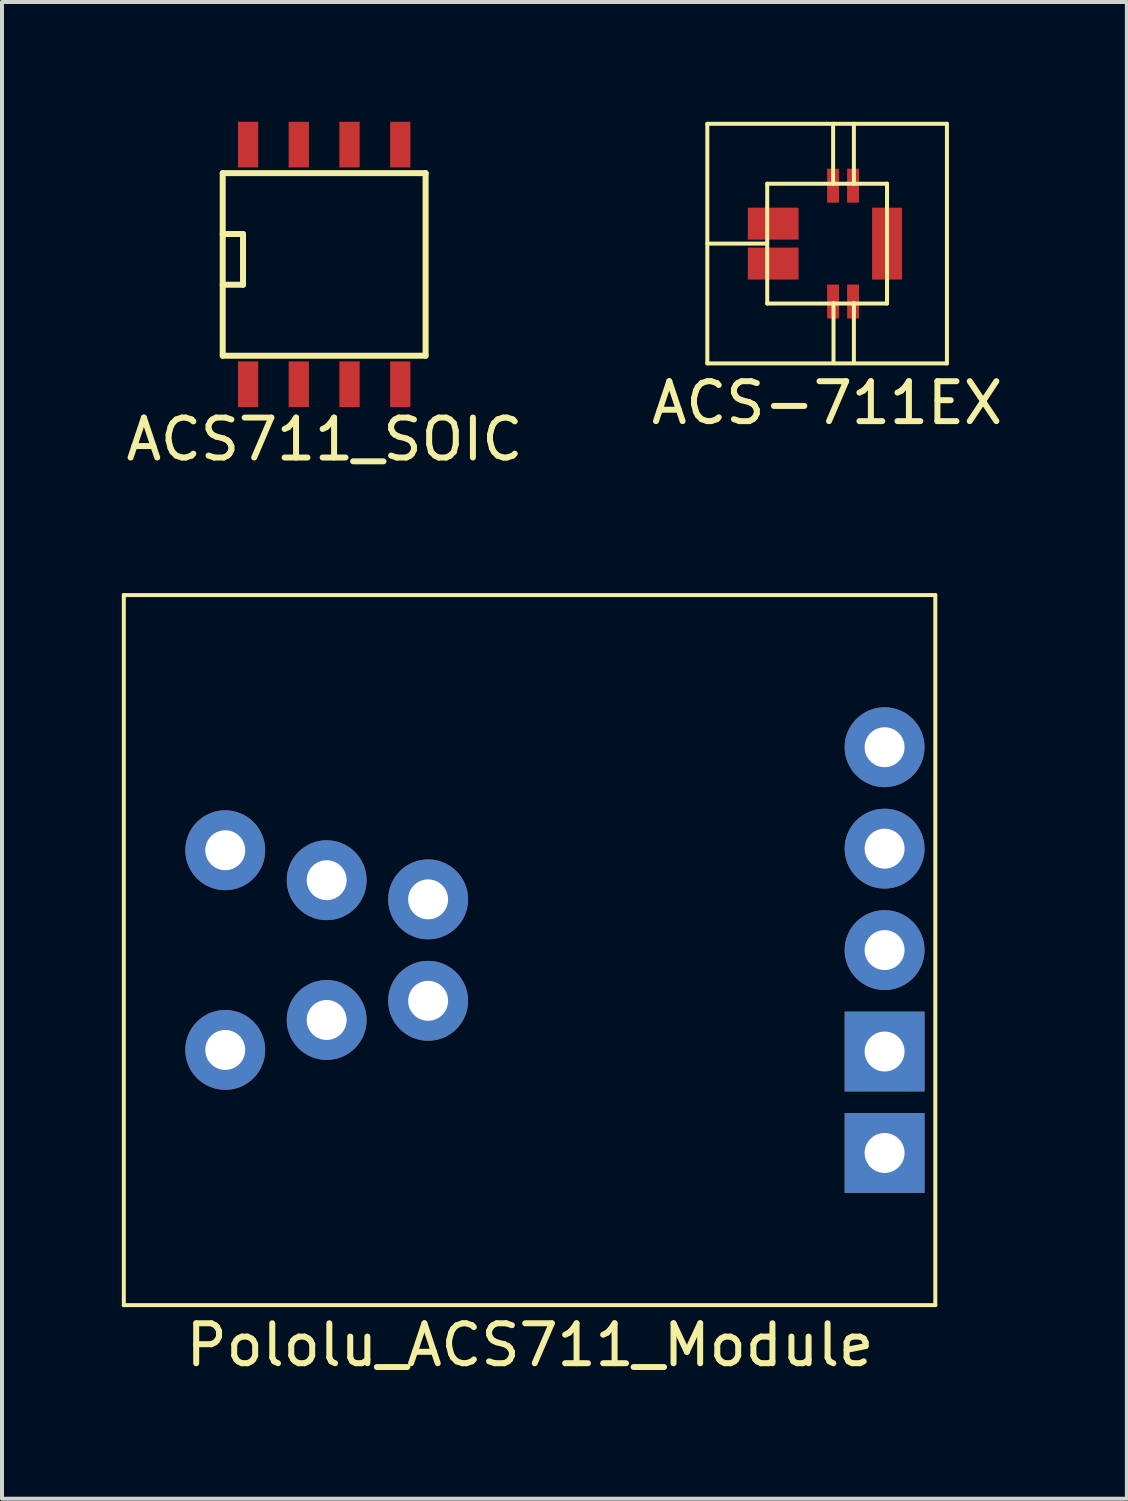
<source format=kicad_pcb>
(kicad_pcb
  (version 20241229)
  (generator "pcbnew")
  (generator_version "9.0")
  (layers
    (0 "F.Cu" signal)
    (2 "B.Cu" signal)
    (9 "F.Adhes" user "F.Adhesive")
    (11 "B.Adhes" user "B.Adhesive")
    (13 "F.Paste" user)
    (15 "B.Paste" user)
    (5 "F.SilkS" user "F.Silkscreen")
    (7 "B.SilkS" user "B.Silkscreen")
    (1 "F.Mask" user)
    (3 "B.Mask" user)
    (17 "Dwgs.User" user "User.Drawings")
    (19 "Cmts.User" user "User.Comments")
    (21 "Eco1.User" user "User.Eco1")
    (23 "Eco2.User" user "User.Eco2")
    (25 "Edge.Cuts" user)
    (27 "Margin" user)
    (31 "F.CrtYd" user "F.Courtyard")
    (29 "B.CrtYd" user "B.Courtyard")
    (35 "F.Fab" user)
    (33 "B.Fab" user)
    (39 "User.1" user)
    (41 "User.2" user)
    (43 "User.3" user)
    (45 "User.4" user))
  (footprint "ACS711_SOIC"
    (layer "F.Cu")
    (at 5.067 3.571)
    (property "Reference" "ACS711_SOIC" (at 0.01 4.38 180) (layer "F.SilkS") (effects (font (size 1 1) (thickness 0.15))))
    (attr smd)
    (fp_line (start -2.54 -2.286) (end 2.54 -2.286) (stroke (width 0.15) (type solid)) (layer "F.SilkS"))
    (fp_line (start -2.54 -0.762) (end -2.032 -0.762) (stroke (width 0.15) (type solid)) (layer "F.SilkS"))
    (fp_line (start -2.54 2.286) (end -2.54 -2.286) (stroke (width 0.15) (type solid)) (layer "F.SilkS"))
    (fp_line (start -2.032 -0.762) (end -2.032 0.508) (stroke (width 0.15) (type solid)) (layer "F.SilkS"))
    (fp_line (start -2.032 0.508) (end -2.54 0.508) (stroke (width 0.15) (type solid)) (layer "F.SilkS"))
    (fp_line (start 2.54 -2.286) (end 2.54 2.286) (stroke (width 0.15) (type solid)) (layer "F.SilkS"))
    (fp_line (start 2.54 2.286) (end -2.54 2.286) (stroke (width 0.15) (type solid)) (layer "F.SilkS"))
    (pad "1" smd rect (at -1.905 3) (size 0.508 1.143) (layers "F.Cu" "F.Mask" "F.Paste"))
    (pad "1" smd rect (at -0.635 3) (size 0.508 1.143) (layers "F.Cu" "F.Mask" "F.Paste"))
    (pad "2" smd rect (at 0.635 3) (size 0.508 1.143) (layers "F.Cu" "F.Mask" "F.Paste"))
    (pad "2" smd rect (at 1.905 3) (size 0.508 1.143) (layers "F.Cu" "F.Mask" "F.Paste"))
    (pad "3" smd rect (at 1.905 -3) (size 0.508 1.143) (layers "F.Cu" "F.Mask" "F.Paste"))
    (pad "4" smd rect (at 0.635 -3) (size 0.508 1.143) (layers "F.Cu" "F.Mask" "F.Paste"))
    (pad "5" smd rect (at -0.635 -3) (size 0.508 1.143) (layers "F.Cu" "F.Mask" "F.Paste"))
    (pad "6" smd rect (at -1.905 -3) (size 0.508 1.143) (layers "F.Cu" "F.Mask" "F.Paste")))
  (footprint "ACS-711EX"
    (layer "F.Cu")
    (at 17.661 3.05)
    (property "Reference" "ACS-711EX" (at 0 3.99 0) (layer "F.SilkS") (effects (font (size 1 1) (thickness 0.15))))
    (attr through_hole)
    (fp_line (start -3 -3) (end 3 -3) (stroke (width 0.1) (type solid)) (layer "F.SilkS"))
    (fp_line (start -3 3) (end -3 -3) (stroke (width 0.1) (type solid)) (layer "F.SilkS"))
    (fp_line (start -1.5 -1.5) (end 1.5 -1.5) (stroke (width 0.1) (type solid)) (layer "F.SilkS"))
    (fp_line (start -1.5 0) (end -3 0) (stroke (width 0.1) (type solid)) (layer "F.SilkS"))
    (fp_line (start -1.5 1.5) (end -1.5 -1.5) (stroke (width 0.1) (type solid)) (layer "F.SilkS"))
    (fp_line (start 0.15 -1.5) (end 0.15 -3) (stroke (width 0.1) (type solid)) (layer "F.SilkS"))
    (fp_line (start 0.16 2.99) (end 0.16 1.49) (stroke (width 0.1) (type solid)) (layer "F.SilkS"))
    (fp_line (start 0.67 -1.5) (end 0.67 -3) (stroke (width 0.1) (type solid)) (layer "F.SilkS"))
    (fp_line (start 0.67 2.99) (end 0.67 1.49) (stroke (width 0.1) (type solid)) (layer "F.SilkS"))
    (fp_line (start 1.5 -1.5) (end 1.5 1.5) (stroke (width 0.1) (type solid)) (layer "F.SilkS"))
    (fp_line (start 1.5 1.5) (end -1.5 1.5) (stroke (width 0.1) (type solid)) (layer "F.SilkS"))
    (fp_line (start 3 -3) (end 3 3) (stroke (width 0.1) (type solid)) (layer "F.SilkS"))
    (fp_line (start 3 3) (end -3 3) (stroke (width 0.1) (type solid)) (layer "F.SilkS"))
    (pad "1" smd rect (at -1.35 -0.5) (size 1.27 0.8) (layers "F.Cu" "F.Mask" "F.Paste"))
    (pad "2" smd rect (at -1.35 0.5) (size 1.27 0.8) (layers "F.Cu" "F.Mask" "F.Paste"))
    (pad "3" smd rect (at 0.15 1.45) (size 0.3 0.85) (layers "F.Cu" "F.Mask" "F.Paste"))
    (pad "4" smd rect (at 0.65 1.45) (size 0.3 0.85) (layers "F.Cu" "F.Mask" "F.Paste"))
    (pad "5" smd rect (at 0.65 -1.45) (size 0.3 0.85) (layers "F.Cu" "F.Mask" "F.Paste"))
    (pad "6" smd rect (at 0.15 -1.45) (size 0.3 0.85) (layers "F.Cu" "F.Mask" "F.Paste"))
    (pad "nc1" smd rect (at 1.5 0) (size 0.75 1.8) (layers "F.Cu" "F.Mask" "F.Paste")))
  (footprint "Pololu_ACS711_Module"
    (layer "F.Cu")
    (at 10.21 20.74)
    (property "Reference" "Pololu_ACS711_Module" (at 0.01 9.89 0) (layer "F.SilkS") (effects (font (size 1 1) (thickness 0.15))))
    (attr through_hole)
    (fp_line (start -10.16 -8.89) (end 10.16 -8.89) (stroke (width 0.1) (type solid)) (layer "F.SilkS"))
    (fp_line (start -10.16 8.89) (end -10.16 -8.89) (stroke (width 0.1) (type solid)) (layer "F.SilkS"))
    (fp_line (start 10.16 -8.89) (end 10.16 8.89) (stroke (width 0.1) (type solid)) (layer "F.SilkS"))
    (fp_line (start 10.16 8.89) (end -10.16 8.89) (stroke (width 0.1) (type solid)) (layer "F.SilkS"))
    (pad "1" thru_hole circle (at -7.62 -2.5) (size 2 2) (drill 1) (layers "*.Cu" "*.Mask"))
    (pad "1" thru_hole circle (at -5.08 -1.75) (size 2 2) (drill 1) (layers "*.Cu" "*.Mask"))
    (pad "1" thru_hole circle (at -2.54 -1.27) (size 2 2) (drill 1) (layers "*.Cu" "*.Mask"))
    (pad "2" thru_hole circle (at -7.62 2.5) (size 2 2) (drill 1) (layers "*.Cu" "*.Mask"))
    (pad "2" thru_hole circle (at -5.08 1.75) (size 2 2) (drill 1) (layers "*.Cu" "*.Mask"))
    (pad "2" thru_hole circle (at -2.54 1.27) (size 2 2) (drill 1) (layers "*.Cu" "*.Mask"))
    (pad "3" thru_hole rect (at 8.89 2.54) (size 2 2) (drill 1) (layers "*.Cu" "*.Mask"))
    (pad "3" thru_hole rect (at 8.89 5.08) (size 2 2) (drill 1) (layers "*.Cu" "*.Mask"))
    (pad "4" thru_hole circle (at 8.89 -5.08) (size 2 2) (drill 1) (layers "*.Cu" "*.Mask"))
    (pad "5" thru_hole circle (at 8.89 -2.54) (size 2 2) (drill 1) (layers "*.Cu" "*.Mask"))
    (pad "6" thru_hole circle (at 8.89 0) (size 2 2) (drill 1) (layers "*.Cu" "*.Mask")))
  (gr_rect
    (start -3 -3)
    (end 25.167 34.478)
    (stroke (width 0.1) (type default))
    (fill no)
    (layer "Edge.Cuts")))
</source>
